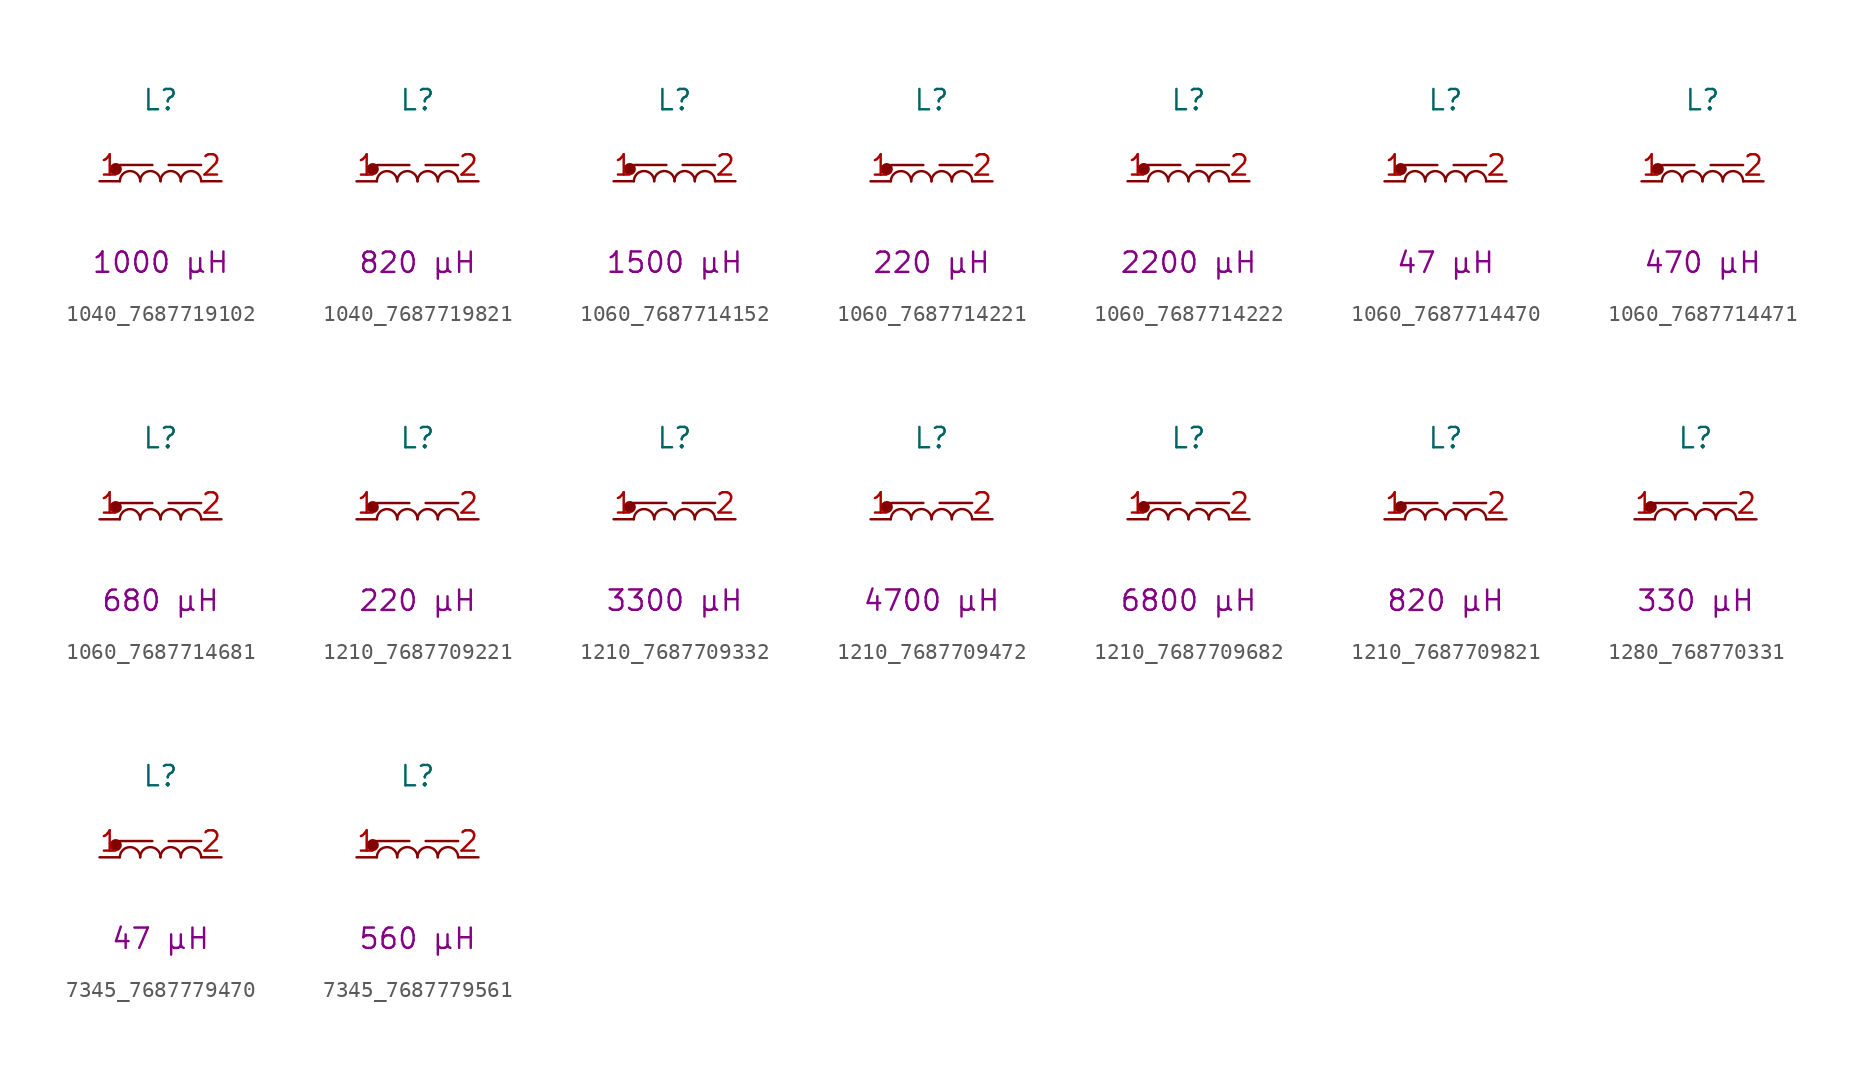
<source format=kicad_sym>
(kicad_symbol_lib
  (version 20220914)
  (generator kicad_symbol_editor)
  (symbol "1040_7687719102"
    (pin_names hide)
    (property "Reference" "L"
      (at 0 5.08 0)
      (effects (font (size 1.27 1.27))))
    (property "Critical Parameter" "1000 µH"
      (at 0 -5.08 0)
      (effects (font (size 1.27 1.27))))
    (symbol "1040_7687719102_0_1"
      (arc (start -1.27 0) (mid -1.905 0.6323) (end -2.54 0) (stroke (width 0) (type default)) (fill (type none)))
      (arc (start 0 0) (mid -0.635 0.6323) (end -1.27 0) (stroke (width 0) (type default)) (fill (type none)))
      (polyline (pts (xy -2.54 1.016) (xy -0.508 1.016)) (stroke (width 0) (type default)) (fill (type none)))
      (arc (start 1.27 0) (mid 0.635 0.6323) (end 0 0) (stroke (width 0) (type default)) (fill (type none)))
      (arc (start 2.54 0) (mid 1.905 0.6323) (end 1.27 0) (stroke (width 0) (type default)) (fill (type none))))
    (symbol "1040_7687719102_1_1"
      (circle (center -2.794 0.762) (radius 0.0001) (stroke (width 0.381) (type default)) (fill (type none)))
      (polyline (pts (xy 2.54 1.016) (xy 0.508 1.016)) (stroke (width 0) (type default)) (fill (type none)))
      (pin passive line (at -3.81 0 0) (length 1.27) (name "1" (effects (font (size 1.27 1.27)))) (number "1" (effects (font (size 1.27 1.27)))))
      (pin passive line (at 3.81 0 180) (length 1.27) (name "2" (effects (font (size 1.27 1.27)))) (number "2" (effects (font (size 1.27 1.27)))))))
  (symbol "1040_7687719821"
    (pin_names hide)
    (property "Reference" "L"
      (at 0 5.08 0)
      (effects (font (size 1.27 1.27))))
    (property "Critical Parameter" "820 µH"
      (at 0 -5.08 0)
      (effects (font (size 1.27 1.27))))
    (symbol "1040_7687719821_0_1"
      (arc (start -1.27 0) (mid -1.905 0.6323) (end -2.54 0) (stroke (width 0) (type default)) (fill (type none)))
      (arc (start 0 0) (mid -0.635 0.6323) (end -1.27 0) (stroke (width 0) (type default)) (fill (type none)))
      (polyline (pts (xy -2.54 1.016) (xy -0.508 1.016)) (stroke (width 0) (type default)) (fill (type none)))
      (arc (start 1.27 0) (mid 0.635 0.6323) (end 0 0) (stroke (width 0) (type default)) (fill (type none)))
      (arc (start 2.54 0) (mid 1.905 0.6323) (end 1.27 0) (stroke (width 0) (type default)) (fill (type none))))
    (symbol "1040_7687719821_1_1"
      (circle (center -2.794 0.762) (radius 0.0001) (stroke (width 0.381) (type default)) (fill (type none)))
      (polyline (pts (xy 2.54 1.016) (xy 0.508 1.016)) (stroke (width 0) (type default)) (fill (type none)))
      (pin passive line (at -3.81 0 0) (length 1.27) (name "1" (effects (font (size 1.27 1.27)))) (number "1" (effects (font (size 1.27 1.27)))))
      (pin passive line (at 3.81 0 180) (length 1.27) (name "2" (effects (font (size 1.27 1.27)))) (number "2" (effects (font (size 1.27 1.27)))))))
  (symbol "1060_7687714152"
    (pin_names hide)
    (property "Reference" "L"
      (at 0 5.08 0)
      (effects (font (size 1.27 1.27))))
    (property "Critical Parameter" "1500 µH"
      (at 0 -5.08 0)
      (effects (font (size 1.27 1.27))))
    (symbol "1060_7687714152_0_1"
      (arc (start -1.27 0) (mid -1.905 0.6323) (end -2.54 0) (stroke (width 0) (type default)) (fill (type none)))
      (arc (start 0 0) (mid -0.635 0.6323) (end -1.27 0) (stroke (width 0) (type default)) (fill (type none)))
      (polyline (pts (xy -2.54 1.016) (xy -0.508 1.016)) (stroke (width 0) (type default)) (fill (type none)))
      (arc (start 1.27 0) (mid 0.635 0.6323) (end 0 0) (stroke (width 0) (type default)) (fill (type none)))
      (arc (start 2.54 0) (mid 1.905 0.6323) (end 1.27 0) (stroke (width 0) (type default)) (fill (type none))))
    (symbol "1060_7687714152_1_1"
      (circle (center -2.794 0.762) (radius 0.0001) (stroke (width 0.381) (type default)) (fill (type none)))
      (polyline (pts (xy 2.54 1.016) (xy 0.508 1.016)) (stroke (width 0) (type default)) (fill (type none)))
      (pin passive line (at -3.81 0 0) (length 1.27) (name "1" (effects (font (size 1.27 1.27)))) (number "1" (effects (font (size 1.27 1.27)))))
      (pin passive line (at 3.81 0 180) (length 1.27) (name "2" (effects (font (size 1.27 1.27)))) (number "2" (effects (font (size 1.27 1.27)))))))
  (symbol "1060_7687714221"
    (pin_names hide)
    (property "Reference" "L"
      (at 0 5.08 0)
      (effects (font (size 1.27 1.27))))
    (property "Critical Parameter" "220 µH"
      (at 0 -5.08 0)
      (effects (font (size 1.27 1.27))))
    (symbol "1060_7687714221_0_1"
      (arc (start -1.27 0) (mid -1.905 0.6323) (end -2.54 0) (stroke (width 0) (type default)) (fill (type none)))
      (arc (start 0 0) (mid -0.635 0.6323) (end -1.27 0) (stroke (width 0) (type default)) (fill (type none)))
      (polyline (pts (xy -2.54 1.016) (xy -0.508 1.016)) (stroke (width 0) (type default)) (fill (type none)))
      (arc (start 1.27 0) (mid 0.635 0.6323) (end 0 0) (stroke (width 0) (type default)) (fill (type none)))
      (arc (start 2.54 0) (mid 1.905 0.6323) (end 1.27 0) (stroke (width 0) (type default)) (fill (type none))))
    (symbol "1060_7687714221_1_1"
      (circle (center -2.794 0.762) (radius 0.0001) (stroke (width 0.381) (type default)) (fill (type none)))
      (polyline (pts (xy 2.54 1.016) (xy 0.508 1.016)) (stroke (width 0) (type default)) (fill (type none)))
      (pin passive line (at -3.81 0 0) (length 1.27) (name "1" (effects (font (size 1.27 1.27)))) (number "1" (effects (font (size 1.27 1.27)))))
      (pin passive line (at 3.81 0 180) (length 1.27) (name "2" (effects (font (size 1.27 1.27)))) (number "2" (effects (font (size 1.27 1.27)))))))
  (symbol "1060_7687714222"
    (pin_names hide)
    (property "Reference" "L"
      (at 0 5.08 0)
      (effects (font (size 1.27 1.27))))
    (property "Critical Parameter" "2200 µH"
      (at 0 -5.08 0)
      (effects (font (size 1.27 1.27))))
    (symbol "1060_7687714222_0_1"
      (arc (start -1.27 0) (mid -1.905 0.6323) (end -2.54 0) (stroke (width 0) (type default)) (fill (type none)))
      (arc (start 0 0) (mid -0.635 0.6323) (end -1.27 0) (stroke (width 0) (type default)) (fill (type none)))
      (polyline (pts (xy -2.54 1.016) (xy -0.508 1.016)) (stroke (width 0) (type default)) (fill (type none)))
      (arc (start 1.27 0) (mid 0.635 0.6323) (end 0 0) (stroke (width 0) (type default)) (fill (type none)))
      (arc (start 2.54 0) (mid 1.905 0.6323) (end 1.27 0) (stroke (width 0) (type default)) (fill (type none))))
    (symbol "1060_7687714222_1_1"
      (circle (center -2.794 0.762) (radius 0.0001) (stroke (width 0.381) (type default)) (fill (type none)))
      (polyline (pts (xy 2.54 1.016) (xy 0.508 1.016)) (stroke (width 0) (type default)) (fill (type none)))
      (pin passive line (at -3.81 0 0) (length 1.27) (name "1" (effects (font (size 1.27 1.27)))) (number "1" (effects (font (size 1.27 1.27)))))
      (pin passive line (at 3.81 0 180) (length 1.27) (name "2" (effects (font (size 1.27 1.27)))) (number "2" (effects (font (size 1.27 1.27)))))))
  (symbol "1060_7687714470"
    (pin_names hide)
    (property "Reference" "L"
      (at 0 5.08 0)
      (effects (font (size 1.27 1.27))))
    (property "Critical Parameter" "47 µH"
      (at 0 -5.08 0)
      (effects (font (size 1.27 1.27))))
    (symbol "1060_7687714470_0_1"
      (arc (start -1.27 0) (mid -1.905 0.6323) (end -2.54 0) (stroke (width 0) (type default)) (fill (type none)))
      (arc (start 0 0) (mid -0.635 0.6323) (end -1.27 0) (stroke (width 0) (type default)) (fill (type none)))
      (polyline (pts (xy -2.54 1.016) (xy -0.508 1.016)) (stroke (width 0) (type default)) (fill (type none)))
      (arc (start 1.27 0) (mid 0.635 0.6323) (end 0 0) (stroke (width 0) (type default)) (fill (type none)))
      (arc (start 2.54 0) (mid 1.905 0.6323) (end 1.27 0) (stroke (width 0) (type default)) (fill (type none))))
    (symbol "1060_7687714470_1_1"
      (circle (center -2.794 0.762) (radius 0.0001) (stroke (width 0.381) (type default)) (fill (type none)))
      (polyline (pts (xy 2.54 1.016) (xy 0.508 1.016)) (stroke (width 0) (type default)) (fill (type none)))
      (pin passive line (at -3.81 0 0) (length 1.27) (name "1" (effects (font (size 1.27 1.27)))) (number "1" (effects (font (size 1.27 1.27)))))
      (pin passive line (at 3.81 0 180) (length 1.27) (name "2" (effects (font (size 1.27 1.27)))) (number "2" (effects (font (size 1.27 1.27)))))))
  (symbol "1060_7687714471"
    (pin_names hide)
    (property "Reference" "L"
      (at 0 5.08 0)
      (effects (font (size 1.27 1.27))))
    (property "Critical Parameter" "470 µH"
      (at 0 -5.08 0)
      (effects (font (size 1.27 1.27))))
    (symbol "1060_7687714471_0_1"
      (arc (start -1.27 0) (mid -1.905 0.6323) (end -2.54 0) (stroke (width 0) (type default)) (fill (type none)))
      (arc (start 0 0) (mid -0.635 0.6323) (end -1.27 0) (stroke (width 0) (type default)) (fill (type none)))
      (polyline (pts (xy -2.54 1.016) (xy -0.508 1.016)) (stroke (width 0) (type default)) (fill (type none)))
      (arc (start 1.27 0) (mid 0.635 0.6323) (end 0 0) (stroke (width 0) (type default)) (fill (type none)))
      (arc (start 2.54 0) (mid 1.905 0.6323) (end 1.27 0) (stroke (width 0) (type default)) (fill (type none))))
    (symbol "1060_7687714471_1_1"
      (circle (center -2.794 0.762) (radius 0.0001) (stroke (width 0.381) (type default)) (fill (type none)))
      (polyline (pts (xy 2.54 1.016) (xy 0.508 1.016)) (stroke (width 0) (type default)) (fill (type none)))
      (pin passive line (at -3.81 0 0) (length 1.27) (name "1" (effects (font (size 1.27 1.27)))) (number "1" (effects (font (size 1.27 1.27)))))
      (pin passive line (at 3.81 0 180) (length 1.27) (name "2" (effects (font (size 1.27 1.27)))) (number "2" (effects (font (size 1.27 1.27)))))))
  (symbol "1060_7687714681"
    (pin_names hide)
    (property "Reference" "L"
      (at 0 5.08 0)
      (effects (font (size 1.27 1.27))))
    (property "Critical Parameter" "680 µH"
      (at 0 -5.08 0)
      (effects (font (size 1.27 1.27))))
    (symbol "1060_7687714681_0_1"
      (arc (start -1.27 0) (mid -1.905 0.6323) (end -2.54 0) (stroke (width 0) (type default)) (fill (type none)))
      (arc (start 0 0) (mid -0.635 0.6323) (end -1.27 0) (stroke (width 0) (type default)) (fill (type none)))
      (polyline (pts (xy -2.54 1.016) (xy -0.508 1.016)) (stroke (width 0) (type default)) (fill (type none)))
      (arc (start 1.27 0) (mid 0.635 0.6323) (end 0 0) (stroke (width 0) (type default)) (fill (type none)))
      (arc (start 2.54 0) (mid 1.905 0.6323) (end 1.27 0) (stroke (width 0) (type default)) (fill (type none))))
    (symbol "1060_7687714681_1_1"
      (circle (center -2.794 0.762) (radius 0.0001) (stroke (width 0.381) (type default)) (fill (type none)))
      (polyline (pts (xy 2.54 1.016) (xy 0.508 1.016)) (stroke (width 0) (type default)) (fill (type none)))
      (pin passive line (at -3.81 0 0) (length 1.27) (name "1" (effects (font (size 1.27 1.27)))) (number "1" (effects (font (size 1.27 1.27)))))
      (pin passive line (at 3.81 0 180) (length 1.27) (name "2" (effects (font (size 1.27 1.27)))) (number "2" (effects (font (size 1.27 1.27)))))))
  (symbol "1210_7687709221"
    (pin_names hide)
    (property "Reference" "L"
      (at 0 5.08 0)
      (effects (font (size 1.27 1.27))))
    (property "Critical Parameter" "220 µH"
      (at 0 -5.08 0)
      (effects (font (size 1.27 1.27))))
    (symbol "1210_7687709221_0_1"
      (arc (start -1.27 0) (mid -1.905 0.6323) (end -2.54 0) (stroke (width 0) (type default)) (fill (type none)))
      (arc (start 0 0) (mid -0.635 0.6323) (end -1.27 0) (stroke (width 0) (type default)) (fill (type none)))
      (polyline (pts (xy -2.54 1.016) (xy -0.508 1.016)) (stroke (width 0) (type default)) (fill (type none)))
      (arc (start 1.27 0) (mid 0.635 0.6323) (end 0 0) (stroke (width 0) (type default)) (fill (type none)))
      (arc (start 2.54 0) (mid 1.905 0.6323) (end 1.27 0) (stroke (width 0) (type default)) (fill (type none))))
    (symbol "1210_7687709221_1_1"
      (circle (center -2.794 0.762) (radius 0.0001) (stroke (width 0.381) (type default)) (fill (type none)))
      (polyline (pts (xy 2.54 1.016) (xy 0.508 1.016)) (stroke (width 0) (type default)) (fill (type none)))
      (pin passive line (at -3.81 0 0) (length 1.27) (name "1" (effects (font (size 1.27 1.27)))) (number "1" (effects (font (size 1.27 1.27)))))
      (pin passive line (at 3.81 0 180) (length 1.27) (name "2" (effects (font (size 1.27 1.27)))) (number "2" (effects (font (size 1.27 1.27)))))))
  (symbol "1210_7687709332"
    (pin_names hide)
    (property "Reference" "L"
      (at 0 5.08 0)
      (effects (font (size 1.27 1.27))))
    (property "Critical Parameter" "3300 µH"
      (at 0 -5.08 0)
      (effects (font (size 1.27 1.27))))
    (symbol "1210_7687709332_0_1"
      (arc (start -1.27 0) (mid -1.905 0.6323) (end -2.54 0) (stroke (width 0) (type default)) (fill (type none)))
      (arc (start 0 0) (mid -0.635 0.6323) (end -1.27 0) (stroke (width 0) (type default)) (fill (type none)))
      (polyline (pts (xy -2.54 1.016) (xy -0.508 1.016)) (stroke (width 0) (type default)) (fill (type none)))
      (arc (start 1.27 0) (mid 0.635 0.6323) (end 0 0) (stroke (width 0) (type default)) (fill (type none)))
      (arc (start 2.54 0) (mid 1.905 0.6323) (end 1.27 0) (stroke (width 0) (type default)) (fill (type none))))
    (symbol "1210_7687709332_1_1"
      (circle (center -2.794 0.762) (radius 0.0001) (stroke (width 0.381) (type default)) (fill (type none)))
      (polyline (pts (xy 2.54 1.016) (xy 0.508 1.016)) (stroke (width 0) (type default)) (fill (type none)))
      (pin passive line (at -3.81 0 0) (length 1.27) (name "1" (effects (font (size 1.27 1.27)))) (number "1" (effects (font (size 1.27 1.27)))))
      (pin passive line (at 3.81 0 180) (length 1.27) (name "2" (effects (font (size 1.27 1.27)))) (number "2" (effects (font (size 1.27 1.27)))))))
  (symbol "1210_7687709472"
    (pin_names hide)
    (property "Reference" "L"
      (at 0 5.08 0)
      (effects (font (size 1.27 1.27))))
    (property "Critical Parameter" "4700 µH"
      (at 0 -5.08 0)
      (effects (font (size 1.27 1.27))))
    (symbol "1210_7687709472_0_1"
      (arc (start -1.27 0) (mid -1.905 0.6323) (end -2.54 0) (stroke (width 0) (type default)) (fill (type none)))
      (arc (start 0 0) (mid -0.635 0.6323) (end -1.27 0) (stroke (width 0) (type default)) (fill (type none)))
      (polyline (pts (xy -2.54 1.016) (xy -0.508 1.016)) (stroke (width 0) (type default)) (fill (type none)))
      (arc (start 1.27 0) (mid 0.635 0.6323) (end 0 0) (stroke (width 0) (type default)) (fill (type none)))
      (arc (start 2.54 0) (mid 1.905 0.6323) (end 1.27 0) (stroke (width 0) (type default)) (fill (type none))))
    (symbol "1210_7687709472_1_1"
      (circle (center -2.794 0.762) (radius 0.0001) (stroke (width 0.381) (type default)) (fill (type none)))
      (polyline (pts (xy 2.54 1.016) (xy 0.508 1.016)) (stroke (width 0) (type default)) (fill (type none)))
      (pin passive line (at -3.81 0 0) (length 1.27) (name "1" (effects (font (size 1.27 1.27)))) (number "1" (effects (font (size 1.27 1.27)))))
      (pin passive line (at 3.81 0 180) (length 1.27) (name "2" (effects (font (size 1.27 1.27)))) (number "2" (effects (font (size 1.27 1.27)))))))
  (symbol "1210_7687709682"
    (pin_names hide)
    (property "Reference" "L"
      (at 0 5.08 0)
      (effects (font (size 1.27 1.27))))
    (property "Critical Parameter" "6800 µH"
      (at 0 -5.08 0)
      (effects (font (size 1.27 1.27))))
    (symbol "1210_7687709682_0_1"
      (arc (start -1.27 0) (mid -1.905 0.6323) (end -2.54 0) (stroke (width 0) (type default)) (fill (type none)))
      (arc (start 0 0) (mid -0.635 0.6323) (end -1.27 0) (stroke (width 0) (type default)) (fill (type none)))
      (polyline (pts (xy -2.54 1.016) (xy -0.508 1.016)) (stroke (width 0) (type default)) (fill (type none)))
      (arc (start 1.27 0) (mid 0.635 0.6323) (end 0 0) (stroke (width 0) (type default)) (fill (type none)))
      (arc (start 2.54 0) (mid 1.905 0.6323) (end 1.27 0) (stroke (width 0) (type default)) (fill (type none))))
    (symbol "1210_7687709682_1_1"
      (circle (center -2.794 0.762) (radius 0.0001) (stroke (width 0.381) (type default)) (fill (type none)))
      (polyline (pts (xy 2.54 1.016) (xy 0.508 1.016)) (stroke (width 0) (type default)) (fill (type none)))
      (pin passive line (at -3.81 0 0) (length 1.27) (name "1" (effects (font (size 1.27 1.27)))) (number "1" (effects (font (size 1.27 1.27)))))
      (pin passive line (at 3.81 0 180) (length 1.27) (name "2" (effects (font (size 1.27 1.27)))) (number "2" (effects (font (size 1.27 1.27)))))))
  (symbol "1210_7687709821"
    (pin_names hide)
    (property "Reference" "L"
      (at 0 5.08 0)
      (effects (font (size 1.27 1.27))))
    (property "Critical Parameter" "820 µH"
      (at 0 -5.08 0)
      (effects (font (size 1.27 1.27))))
    (symbol "1210_7687709821_0_1"
      (arc (start -1.27 0) (mid -1.905 0.6323) (end -2.54 0) (stroke (width 0) (type default)) (fill (type none)))
      (arc (start 0 0) (mid -0.635 0.6323) (end -1.27 0) (stroke (width 0) (type default)) (fill (type none)))
      (polyline (pts (xy -2.54 1.016) (xy -0.508 1.016)) (stroke (width 0) (type default)) (fill (type none)))
      (arc (start 1.27 0) (mid 0.635 0.6323) (end 0 0) (stroke (width 0) (type default)) (fill (type none)))
      (arc (start 2.54 0) (mid 1.905 0.6323) (end 1.27 0) (stroke (width 0) (type default)) (fill (type none))))
    (symbol "1210_7687709821_1_1"
      (circle (center -2.794 0.762) (radius 0.0001) (stroke (width 0.381) (type default)) (fill (type none)))
      (polyline (pts (xy 2.54 1.016) (xy 0.508 1.016)) (stroke (width 0) (type default)) (fill (type none)))
      (pin passive line (at -3.81 0 0) (length 1.27) (name "1" (effects (font (size 1.27 1.27)))) (number "1" (effects (font (size 1.27 1.27)))))
      (pin passive line (at 3.81 0 180) (length 1.27) (name "2" (effects (font (size 1.27 1.27)))) (number "2" (effects (font (size 1.27 1.27)))))))
  (symbol "1280_768770331"
    (pin_names hide)
    (property "Reference" "L"
      (at 0 5.08 0)
      (effects (font (size 1.27 1.27))))
    (property "Critical Parameter" "330 µH"
      (at 0 -5.08 0)
      (effects (font (size 1.27 1.27))))
    (symbol "1280_768770331_0_1"
      (arc (start -1.27 0) (mid -1.905 0.6323) (end -2.54 0) (stroke (width 0) (type default)) (fill (type none)))
      (arc (start 0 0) (mid -0.635 0.6323) (end -1.27 0) (stroke (width 0) (type default)) (fill (type none)))
      (polyline (pts (xy -2.54 1.016) (xy -0.508 1.016)) (stroke (width 0) (type default)) (fill (type none)))
      (arc (start 1.27 0) (mid 0.635 0.6323) (end 0 0) (stroke (width 0) (type default)) (fill (type none)))
      (arc (start 2.54 0) (mid 1.905 0.6323) (end 1.27 0) (stroke (width 0) (type default)) (fill (type none))))
    (symbol "1280_768770331_1_1"
      (circle (center -2.794 0.762) (radius 0.0001) (stroke (width 0.381) (type default)) (fill (type none)))
      (polyline (pts (xy 2.54 1.016) (xy 0.508 1.016)) (stroke (width 0) (type default)) (fill (type none)))
      (pin passive line (at -3.81 0 0) (length 1.27) (name "1" (effects (font (size 1.27 1.27)))) (number "1" (effects (font (size 1.27 1.27)))))
      (pin passive line (at 3.81 0 180) (length 1.27) (name "2" (effects (font (size 1.27 1.27)))) (number "2" (effects (font (size 1.27 1.27)))))))
  (symbol "7345_7687779470"
    (pin_names hide)
    (property "Reference" "L"
      (at 0 5.08 0)
      (effects (font (size 1.27 1.27))))
    (property "Critical Parameter" "47 µH"
      (at 0 -5.08 0)
      (effects (font (size 1.27 1.27))))
    (symbol "7345_7687779470_0_1"
      (arc (start -1.27 0) (mid -1.905 0.6323) (end -2.54 0) (stroke (width 0) (type default)) (fill (type none)))
      (arc (start 0 0) (mid -0.635 0.6323) (end -1.27 0) (stroke (width 0) (type default)) (fill (type none)))
      (polyline (pts (xy -2.54 1.016) (xy -0.508 1.016)) (stroke (width 0) (type default)) (fill (type none)))
      (arc (start 1.27 0) (mid 0.635 0.6323) (end 0 0) (stroke (width 0) (type default)) (fill (type none)))
      (arc (start 2.54 0) (mid 1.905 0.6323) (end 1.27 0) (stroke (width 0) (type default)) (fill (type none))))
    (symbol "7345_7687779470_1_1"
      (circle (center -2.794 0.762) (radius 0.0001) (stroke (width 0.381) (type default)) (fill (type none)))
      (polyline (pts (xy 2.54 1.016) (xy 0.508 1.016)) (stroke (width 0) (type default)) (fill (type none)))
      (pin passive line (at -3.81 0 0) (length 1.27) (name "1" (effects (font (size 1.27 1.27)))) (number "1" (effects (font (size 1.27 1.27)))))
      (pin passive line (at 3.81 0 180) (length 1.27) (name "2" (effects (font (size 1.27 1.27)))) (number "2" (effects (font (size 1.27 1.27)))))))
  (symbol "7345_7687779561"
    (pin_names hide)
    (property "Reference" "L"
      (at 0 5.08 0)
      (effects (font (size 1.27 1.27))))
    (property "Critical Parameter" "560 µH"
      (at 0 -5.08 0)
      (effects (font (size 1.27 1.27))))
    (symbol "7345_7687779561_0_1"
      (arc (start -1.27 0) (mid -1.905 0.6323) (end -2.54 0) (stroke (width 0) (type default)) (fill (type none)))
      (arc (start 0 0) (mid -0.635 0.6323) (end -1.27 0) (stroke (width 0) (type default)) (fill (type none)))
      (polyline (pts (xy -2.54 1.016) (xy -0.508 1.016)) (stroke (width 0) (type default)) (fill (type none)))
      (arc (start 1.27 0) (mid 0.635 0.6323) (end 0 0) (stroke (width 0) (type default)) (fill (type none)))
      (arc (start 2.54 0) (mid 1.905 0.6323) (end 1.27 0) (stroke (width 0) (type default)) (fill (type none))))
    (symbol "7345_7687779561_1_1"
      (circle (center -2.794 0.762) (radius 0.0001) (stroke (width 0.381) (type default)) (fill (type none)))
      (polyline (pts (xy 2.54 1.016) (xy 0.508 1.016)) (stroke (width 0) (type default)) (fill (type none)))
      (pin passive line (at -3.81 0 0) (length 1.27) (name "1" (effects (font (size 1.27 1.27)))) (number "1" (effects (font (size 1.27 1.27)))))
      (pin passive line (at 3.81 0 180) (length 1.27) (name "2" (effects (font (size 1.27 1.27)))) (number "2" (effects (font (size 1.27 1.27))))))))
</source>
